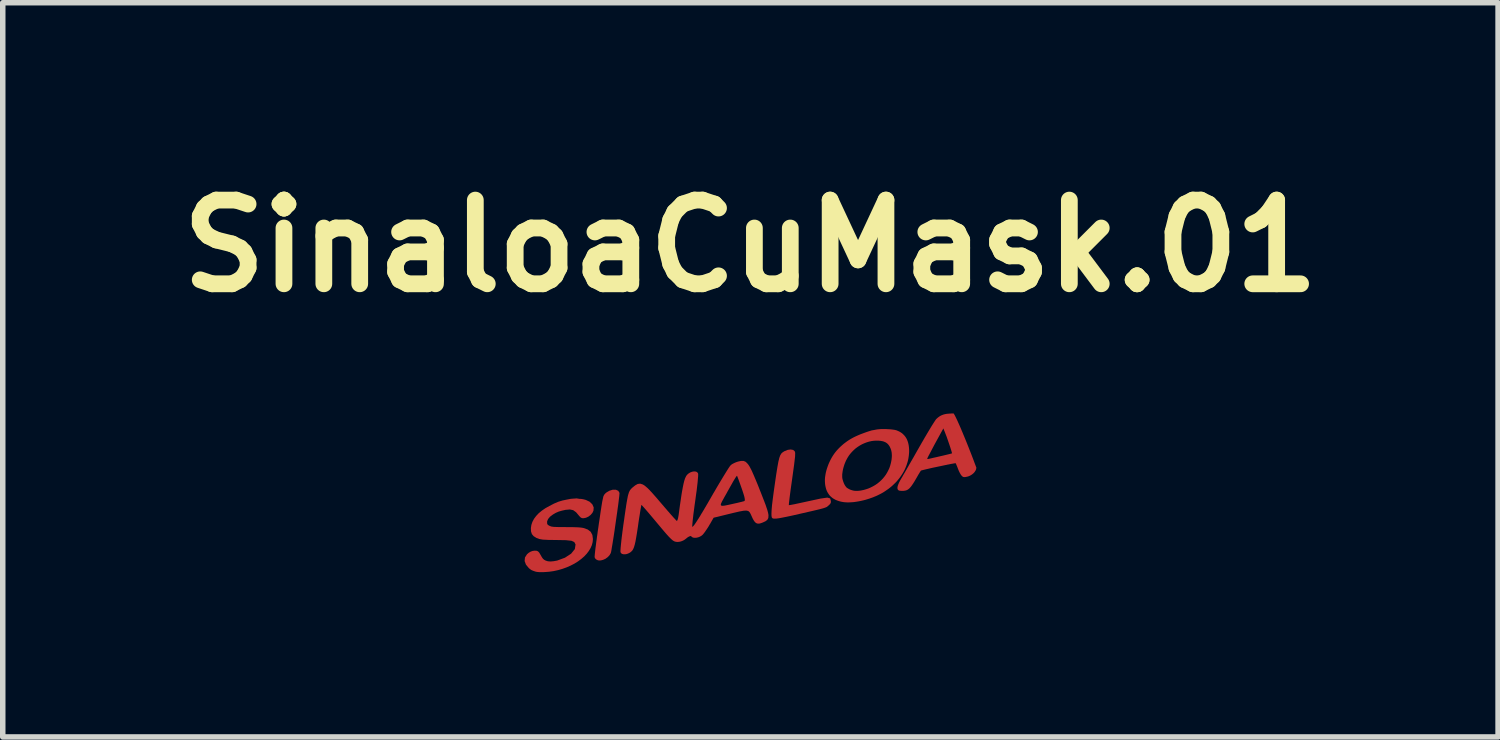
<source format=kicad_pcb>
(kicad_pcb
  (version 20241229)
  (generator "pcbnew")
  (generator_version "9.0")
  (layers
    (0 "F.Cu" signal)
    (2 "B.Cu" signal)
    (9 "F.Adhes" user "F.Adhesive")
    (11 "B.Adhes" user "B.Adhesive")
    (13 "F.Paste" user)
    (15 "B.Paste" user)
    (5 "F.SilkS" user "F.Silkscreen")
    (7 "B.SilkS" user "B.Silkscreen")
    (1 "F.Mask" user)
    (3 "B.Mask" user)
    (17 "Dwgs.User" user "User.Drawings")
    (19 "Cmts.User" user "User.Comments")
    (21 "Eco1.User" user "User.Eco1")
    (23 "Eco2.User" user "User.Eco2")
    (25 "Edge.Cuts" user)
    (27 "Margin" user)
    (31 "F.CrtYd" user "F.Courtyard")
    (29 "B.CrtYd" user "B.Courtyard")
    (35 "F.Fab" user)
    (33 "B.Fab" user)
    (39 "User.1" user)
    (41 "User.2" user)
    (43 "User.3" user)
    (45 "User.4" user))
  (footprint "SinaloaCuMask.01"
    (layer "F.Cu")
    (at 10.61 5.92)
    (property "Reference" "SinaloaCuMask.01" (at 0 -4.493 0) (layer "F.SilkS") (effects (font (size 1.524 1.524) (thickness 0.305))))
    (attr smd)
    (fp_poly (pts (xy 0.399 0.462) (xy 0.389 0.448) (xy 0.384 0.42) (xy 0.383 0.376) (xy 0.386 0.313) (xy 0.393 0.229) (xy 0.406 0.123) (xy 0.423 -0.007) (xy 0.445 -0.163) (xy 0.47 -0.335) (xy 0.491 -0.466) (xy 0.509 -0.565) (xy 0.526 -0.635) (xy 0.544 -0.684) (xy 0.565 -0.717) (xy 0.59 -0.739) (xy 0.622 -0.758) (xy 0.679 -0.781) (xy 0.732 -0.788) (xy 0.777 -0.78) (xy 0.806 -0.756) (xy 0.815 -0.728) (xy 0.813 -0.66) (xy 0.796 -0.514) (xy 0.76 -0.253) (xy 0.734 -0.069) (xy 0.714 0.083) (xy 0.702 0.186) (xy 0.699 0.226) (xy 0.729 0.222) (xy 0.804 0.208) (xy 0.915 0.184) (xy 1.049 0.155) (xy 1.276 0.106) (xy 1.399 0.088) (xy 1.451 0.102) (xy 1.464 0.147) (xy 1.465 0.171) (xy 1.459 0.191) (xy 1.446 0.209) (xy 1.423 0.231) (xy 1.406 0.246) (xy 1.388 0.259) (xy 1.362 0.27) (xy 1.323 0.283) (xy 1.263 0.299) (xy 1.175 0.32) (xy 1.054 0.348) (xy 0.892 0.385) (xy 0.766 0.414) (xy 0.663 0.436) (xy 0.582 0.452) (xy 0.519 0.464) (xy 0.472 0.47) (xy 0.438 0.471) (xy 0.414 0.469) (xy 0.399 0.462) (xy 0.399 0.462) (xy 0.399 0.462) (xy 0.399 0.462) (xy 0.399 0.462) (xy 0.399 0.462) (xy 0.399 0.462) (xy 0.399 0.462) (xy 0.399 0.462)) (stroke (width 0) (type solid)) (fill yes) (layer "F.Cu"))
    (fp_poly (pts (xy -2.802 1.217) (xy -2.815 1.207) (xy -2.825 1.196) (xy -2.832 1.184) (xy -2.836 1.169) (xy -2.833 1.122) (xy -2.821 1.014) (xy -2.816 0.979) (xy -2.811 0.939) (xy -2.806 0.897) (xy -2.799 0.851) (xy -2.793 0.802) (xy -2.785 0.75) (xy -2.778 0.694) (xy -2.769 0.636) (xy -2.757 0.55) (xy -2.745 0.472) (xy -2.735 0.403) (xy -2.726 0.34) (xy -2.717 0.285) (xy -2.71 0.237) (xy -2.703 0.195) (xy -2.697 0.159) (xy -2.677 0.067) (xy -2.662 0.036) (xy -2.636 0.007) (xy -2.614 -0.01) (xy -2.592 -0.022) (xy -2.569 -0.036) (xy -2.505 -0.056) (xy -2.448 -0.055) (xy -2.405 -0.035) (xy -2.383 0.002) (xy -2.387 0.057) (xy -2.402 0.182) (xy -2.407 0.221) (xy -2.413 0.263) (xy -2.419 0.306) (xy -2.425 0.352) (xy -2.432 0.399) (xy -2.439 0.448) (xy -2.446 0.497) (xy -2.453 0.546) (xy -2.46 0.595) (xy -2.467 0.644) (xy -2.474 0.693) (xy -2.481 0.74) (xy -2.488 0.786) (xy -2.495 0.831) (xy -2.502 0.873) (xy -2.508 0.912) (xy -2.514 0.949) (xy -2.52 0.983) (xy -2.525 1.013) (xy -2.529 1.039) (xy -2.533 1.061) (xy -2.537 1.079) (xy -2.54 1.091) (xy -2.542 1.098) (xy -2.564 1.136) (xy -2.598 1.172) (xy -2.639 1.202) (xy -2.682 1.221) (xy -2.721 1.231) (xy -2.751 1.233) (xy -2.777 1.229) (xy -2.802 1.217) (xy -2.802 1.217)) (stroke (width 0) (type solid)) (fill yes) (layer "F.Cu"))
    (fp_poly (pts (xy -3.909 1.436) (xy -3.951 1.422) (xy -3.982 1.409) (xy -4.007 1.393) (xy -4.033 1.372) (xy -4.086 1.308) (xy -4.11 1.243) (xy -4.104 1.178) (xy -4.067 1.12) (xy -4.036 1.093) (xy -4.001 1.072) (xy -3.965 1.059) (xy -3.928 1.054) (xy -3.892 1.056) (xy -3.866 1.067) (xy -3.844 1.09) (xy -3.821 1.129) (xy -3.796 1.173) (xy -3.776 1.201) (xy -3.754 1.22) (xy -3.726 1.235) (xy -3.687 1.247) (xy -3.639 1.251) (xy -3.583 1.246) (xy -3.517 1.234) (xy -3.376 1.182) (xy -3.264 1.109) (xy -3.196 1.025) (xy -3.183 0.941) (xy -3.205 0.899) (xy -3.257 0.874) (xy -3.359 0.863) (xy -3.53 0.86) (xy -3.678 0.858) (xy -3.778 0.853) (xy -3.846 0.841) (xy -3.895 0.822) (xy -3.946 0.79) (xy -3.978 0.752) (xy -3.994 0.703) (xy -3.996 0.641) (xy -3.987 0.584) (xy -3.968 0.529) (xy -3.939 0.474) (xy -3.9 0.422) (xy -3.853 0.372) (xy -3.796 0.325) (xy -3.732 0.281) (xy -3.66 0.241) (xy -3.573 0.196) (xy -3.495 0.163) (xy -3.418 0.14) (xy -3.336 0.123) (xy -3.273 0.111) (xy -3.229 0.107) (xy -3.195 0.105) (xy -3.165 0.102) (xy -3.148 0.105) (xy -3.129 0.108) (xy -3.11 0.111) (xy -3.093 0.111) (xy -3.074 0.113) (xy -3.049 0.117) (xy -3.023 0.123) (xy -2.997 0.13) (xy -2.927 0.163) (xy -2.878 0.21) (xy -2.853 0.266) (xy -2.857 0.326) (xy -2.877 0.367) (xy -2.909 0.404) (xy -2.95 0.435) (xy -2.994 0.455) (xy -3.035 0.463) (xy -3.066 0.462) (xy -3.091 0.449) (xy -3.114 0.425) (xy -3.173 0.355) (xy -3.226 0.317) (xy -3.286 0.304) (xy -3.365 0.311) (xy -3.433 0.326) (xy -3.491 0.343) (xy -3.544 0.366) (xy -3.595 0.396) (xy -3.648 0.436) (xy -3.683 0.478) (xy -3.701 0.521) (xy -3.7 0.562) (xy -3.695 0.574) (xy -3.686 0.584) (xy -3.672 0.594) (xy -3.653 0.604) (xy -3.623 0.615) (xy -3.58 0.621) (xy -3.499 0.624) (xy -3.357 0.625) (xy -3.228 0.626) (xy -3.14 0.629) (xy -3.081 0.634) (xy -3.039 0.641) (xy -2.961 0.669) (xy -2.908 0.71) (xy -2.877 0.767) (xy -2.867 0.842) (xy -2.872 0.898) (xy -2.886 0.953) (xy -2.91 1.007) (xy -2.941 1.059) (xy -2.98 1.11) (xy -3.026 1.159) (xy -3.079 1.205) (xy -3.138 1.249) (xy -3.202 1.289) (xy -3.271 1.325) (xy -3.344 1.357) (xy -3.421 1.385) (xy -3.5 1.408) (xy -3.583 1.426) (xy -3.667 1.438) (xy -3.753 1.444) (xy -3.808 1.445) (xy -3.851 1.444) (xy -3.884 1.441) (xy -3.909 1.436) (xy -3.909 1.436) (xy -3.909 1.436) (xy -3.909 1.436) (xy -3.909 1.436) (xy -3.909 1.436)) (stroke (width 0) (type solid)) (fill yes) (layer "F.Cu"))
    (fp_poly (pts (xy 1.688 0.169) (xy 2.057 -0.05) (xy 2.103 -0.063) (xy 2.148 -0.078) (xy 2.191 -0.097) (xy 2.232 -0.118) (xy 2.272 -0.141) (xy 2.31 -0.167) (xy 2.345 -0.195) (xy 2.379 -0.226) (xy 2.41 -0.258) (xy 2.439 -0.293) (xy 2.466 -0.33) (xy 2.489 -0.368) (xy 2.51 -0.408) (xy 2.529 -0.449) (xy 2.544 -0.492) (xy 2.556 -0.536) (xy 2.561 -0.558) (xy 2.565 -0.58) (xy 2.569 -0.6) (xy 2.571 -0.62) (xy 2.573 -0.639) (xy 2.574 -0.658) (xy 2.575 -0.676) (xy 2.574 -0.694) (xy 2.573 -0.711) (xy 2.572 -0.728) (xy 2.569 -0.744) (xy 2.566 -0.76) (xy 2.562 -0.776) (xy 2.557 -0.791) (xy 2.552 -0.805) (xy 2.545 -0.82) (xy 2.538 -0.835) (xy 2.53 -0.85) (xy 2.521 -0.863) (xy 2.512 -0.875) (xy 2.502 -0.886) (xy 2.492 -0.896) (xy 2.48 -0.905) (xy 2.469 -0.913) (xy 2.456 -0.92) (xy 2.442 -0.926) (xy 2.427 -0.932) (xy 2.412 -0.937) (xy 2.395 -0.94) (xy 2.377 -0.944) (xy 2.358 -0.946) (xy 2.338 -0.948) (xy 2.293 -0.949) (xy 2.249 -0.947) (xy 2.204 -0.941) (xy 2.16 -0.931) (xy 2.117 -0.918) (xy 2.075 -0.902) (xy 2.033 -0.883) (xy 1.993 -0.861) (xy 1.954 -0.836) (xy 1.917 -0.809) (xy 1.882 -0.778) (xy 1.85 -0.746) (xy 1.819 -0.711) (xy 1.791 -0.674) (xy 1.766 -0.634) (xy 1.744 -0.593) (xy 1.734 -0.572) (xy 1.725 -0.55) (xy 1.716 -0.528) (xy 1.708 -0.506) (xy 1.701 -0.483) (xy 1.694 -0.46) (xy 1.688 -0.437) (xy 1.683 -0.415) (xy 1.679 -0.393) (xy 1.676 -0.371) (xy 1.673 -0.35) (xy 1.671 -0.33) (xy 1.671 -0.311) (xy 1.671 -0.293) (xy 1.672 -0.276) (xy 1.674 -0.26) (xy 1.677 -0.246) (xy 1.681 -0.232) (xy 1.685 -0.219) (xy 1.689 -0.205) (xy 1.694 -0.192) (xy 1.699 -0.179) (xy 1.704 -0.167) (xy 1.71 -0.155) (xy 1.716 -0.143) (xy 1.722 -0.133) (xy 1.729 -0.123) (xy 1.735 -0.114) (xy 1.742 -0.106) (xy 1.748 -0.098) (xy 1.755 -0.092) (xy 1.762 -0.087) (xy 1.778 -0.077) (xy 1.794 -0.068) (xy 1.81 -0.06) (xy 1.827 -0.053) (xy 1.843 -0.048) (xy 1.86 -0.043) (xy 1.877 -0.039) (xy 1.894 -0.036) (xy 1.912 -0.035) (xy 1.931 -0.034) (xy 1.95 -0.034) (xy 1.969 -0.036) (xy 1.99 -0.038) (xy 2.012 -0.041) (xy 2.04 -0.047) (xy 2.057 -0.05) (xy 2.057 -0.05) (xy 2.057 -0.05) (xy 2.057 -0.05) (xy 2.057 -0.05) (xy 1.688 0.169) (xy 1.651 0.162) (xy 1.616 0.153) (xy 1.583 0.142) (xy 1.553 0.13) (xy 1.525 0.115) (xy 1.499 0.099) (xy 1.475 0.08) (xy 1.453 0.06) (xy 1.434 0.038) (xy 1.417 0.013) (xy 1.401 -0.013) (xy 1.388 -0.041) (xy 1.377 -0.072) (xy 1.369 -0.104) (xy 1.362 -0.138) (xy 1.358 -0.174) (xy 1.356 -0.209) (xy 1.356 -0.246) (xy 1.359 -0.284) (xy 1.365 -0.323) (xy 1.372 -0.363) (xy 1.382 -0.403) (xy 1.394 -0.444) (xy 1.408 -0.484) (xy 1.423 -0.524) (xy 1.441 -0.564) (xy 1.46 -0.603) (xy 1.48 -0.64) (xy 1.502 -0.676) (xy 1.525 -0.71) (xy 1.55 -0.743) (xy 1.575 -0.773) (xy 1.605 -0.805) (xy 1.635 -0.835) (xy 1.666 -0.863) (xy 1.697 -0.89) (xy 1.73 -0.915) (xy 1.764 -0.94) (xy 1.799 -0.963) (xy 1.836 -0.985) (xy 1.874 -1.006) (xy 1.915 -1.026) (xy 1.957 -1.045) (xy 2.002 -1.064) (xy 2.05 -1.082) (xy 2.099 -1.1) (xy 2.152 -1.118) (xy 2.208 -1.135) (xy 2.229 -1.139) (xy 2.249 -1.142) (xy 2.268 -1.146) (xy 2.289 -1.15) (xy 2.306 -1.153) (xy 2.325 -1.155) (xy 2.347 -1.157) (xy 2.371 -1.159) (xy 2.397 -1.159) (xy 2.424 -1.16) (xy 2.451 -1.159) (xy 2.479 -1.159) (xy 2.506 -1.157) (xy 2.533 -1.156) (xy 2.559 -1.154) (xy 2.583 -1.151) (xy 2.606 -1.148) (xy 2.626 -1.145) (xy 2.643 -1.141) (xy 2.658 -1.137) (xy 2.684 -1.126) (xy 2.709 -1.115) (xy 2.732 -1.102) (xy 2.753 -1.088) (xy 2.773 -1.072) (xy 2.791 -1.054) (xy 2.808 -1.036) (xy 2.823 -1.016) (xy 2.837 -0.994) (xy 2.849 -0.971) (xy 2.859 -0.947) (xy 2.868 -0.921) (xy 2.875 -0.894) (xy 2.881 -0.865) (xy 2.885 -0.835) (xy 2.888 -0.804) (xy 2.889 -0.773) (xy 2.889 -0.742) (xy 2.887 -0.712) (xy 2.884 -0.681) (xy 2.88 -0.651) (xy 2.875 -0.621) (xy 2.869 -0.591) (xy 2.861 -0.561) (xy 2.852 -0.532) (xy 2.842 -0.502) (xy 2.831 -0.473) (xy 2.819 -0.445) (xy 2.806 -0.416) (xy 2.791 -0.388) (xy 2.776 -0.361) (xy 2.759 -0.334) (xy 2.741 -0.307) (xy 2.723 -0.281) (xy 2.703 -0.255) (xy 2.682 -0.23) (xy 2.661 -0.205) (xy 2.638 -0.181) (xy 2.614 -0.158) (xy 2.59 -0.135) (xy 2.564 -0.112) (xy 2.538 -0.091) (xy 2.511 -0.07) (xy 2.482 -0.05) (xy 2.453 -0.03) (xy 2.424 -0.011) (xy 2.393 0.007) (xy 2.361 0.024) (xy 2.341 0.034) (xy 2.321 0.044) (xy 2.3 0.054) (xy 2.279 0.063) (xy 2.257 0.072) (xy 2.236 0.081) (xy 2.214 0.089) (xy 2.191 0.097) (xy 2.169 0.105) (xy 2.147 0.112) (xy 2.124 0.119) (xy 2.101 0.126) (xy 2.079 0.132) (xy 2.056 0.138) (xy 2.033 0.143) (xy 2.011 0.148) (xy 1.966 0.157) (xy 1.922 0.164) (xy 1.879 0.17) (xy 1.837 0.173) (xy 1.797 0.175) (xy 1.758 0.175) (xy 1.722 0.173) (xy 1.688 0.169) (xy 1.688 0.169)) (stroke (width 0) (type solid)) (fill yes) (layer "F.Cu"))
    (fp_poly (pts (xy 2.698 -0.044) (xy 3.512 -1.171) (xy 3.506 -1.16) (xy 3.501 -1.15) (xy 3.495 -1.14) (xy 3.489 -1.13) (xy 3.484 -1.12) (xy 3.478 -1.109) (xy 3.472 -1.099) (xy 3.467 -1.089) (xy 3.429 -1.02) (xy 3.388 -0.945) (xy 3.346 -0.868) (xy 3.307 -0.794) (xy 3.272 -0.727) (xy 3.243 -0.673) (xy 3.225 -0.636) (xy 3.218 -0.62) (xy 3.219 -0.618) (xy 3.22 -0.617) (xy 3.223 -0.616) (xy 3.226 -0.615) (xy 3.231 -0.615) (xy 3.235 -0.615) (xy 3.241 -0.616) (xy 3.246 -0.617) (xy 3.256 -0.619) (xy 3.273 -0.623) (xy 3.296 -0.628) (xy 3.324 -0.635) (xy 3.356 -0.642) (xy 3.392 -0.65) (xy 3.43 -0.659) (xy 3.469 -0.668) (xy 3.469 -0.668) (xy 3.509 -0.677) (xy 3.545 -0.686) (xy 3.579 -0.694) (xy 3.608 -0.701) (xy 3.633 -0.707) (xy 3.652 -0.712) (xy 3.664 -0.716) (xy 3.67 -0.718) (xy 3.667 -0.733) (xy 3.656 -0.77) (xy 3.639 -0.824) (xy 3.618 -0.887) (xy 3.595 -0.954) (xy 3.572 -1.02) (xy 3.55 -1.077) (xy 3.533 -1.121) (xy 3.53 -1.127) (xy 3.528 -1.133) (xy 3.525 -1.139) (xy 3.523 -1.146) (xy 3.52 -1.152) (xy 3.517 -1.158) (xy 3.515 -1.164) (xy 3.512 -1.171) (xy 2.698 -0.044) (xy 2.685 -0.055) (xy 2.678 -0.071) (xy 2.676 -0.09) (xy 2.679 -0.114) (xy 2.688 -0.143) (xy 2.703 -0.178) (xy 2.707 -0.188) (xy 2.712 -0.198) (xy 2.718 -0.208) (xy 2.723 -0.219) (xy 2.729 -0.23) (xy 2.736 -0.241) (xy 2.742 -0.253) (xy 2.75 -0.265) (xy 2.754 -0.272) (xy 2.758 -0.28) (xy 2.764 -0.289) (xy 2.77 -0.3) (xy 2.776 -0.311) (xy 2.783 -0.323) (xy 2.79 -0.336) (xy 2.798 -0.349) (xy 2.807 -0.364) (xy 2.816 -0.379) (xy 2.825 -0.396) (xy 2.835 -0.413) (xy 2.845 -0.43) (xy 2.855 -0.448) (xy 2.866 -0.467) (xy 2.877 -0.486) (xy 2.888 -0.506) (xy 2.9 -0.527) (xy 2.912 -0.547) (xy 2.924 -0.569) (xy 2.937 -0.59) (xy 2.949 -0.612) (xy 2.962 -0.634) (xy 2.975 -0.657) (xy 2.988 -0.68) (xy 3.001 -0.703) (xy 3.014 -0.726) (xy 3.027 -0.749) (xy 3.04 -0.772) (xy 3.054 -0.796) (xy 3.067 -0.819) (xy 3.08 -0.842) (xy 3.094 -0.866) (xy 3.107 -0.889) (xy 3.12 -0.912) (xy 3.133 -0.934) (xy 3.146 -0.956) (xy 3.159 -0.979) (xy 3.171 -1) (xy 3.184 -1.022) (xy 3.196 -1.042) (xy 3.208 -1.063) (xy 3.22 -1.083) (xy 3.232 -1.103) (xy 3.243 -1.122) (xy 3.254 -1.14) (xy 3.265 -1.158) (xy 3.275 -1.175) (xy 3.285 -1.192) (xy 3.295 -1.208) (xy 3.304 -1.223) (xy 3.313 -1.237) (xy 3.322 -1.251) (xy 3.33 -1.264) (xy 3.338 -1.276) (xy 3.345 -1.287) (xy 3.368 -1.322) (xy 3.382 -1.341) (xy 3.406 -1.363) (xy 3.43 -1.382) (xy 3.456 -1.399) (xy 3.483 -1.412) (xy 3.512 -1.423) (xy 3.542 -1.431) (xy 3.575 -1.437) (xy 3.611 -1.44) (xy 3.622 -1.441) (xy 3.632 -1.441) (xy 3.643 -1.442) (xy 3.654 -1.443) (xy 3.664 -1.443) (xy 3.675 -1.444) (xy 3.685 -1.444) (xy 3.696 -1.445) (xy 3.701 -1.44) (xy 3.707 -1.431) (xy 3.715 -1.419) (xy 3.723 -1.404) (xy 3.732 -1.386) (xy 3.742 -1.366) (xy 3.753 -1.343) (xy 3.765 -1.318) (xy 3.777 -1.291) (xy 3.79 -1.262) (xy 3.804 -1.231) (xy 3.818 -1.199) (xy 3.833 -1.165) (xy 3.847 -1.13) (xy 3.863 -1.093) (xy 3.878 -1.056) (xy 3.894 -1.018) (xy 3.91 -0.979) (xy 3.926 -0.94) (xy 3.942 -0.9) (xy 3.958 -0.86) (xy 3.974 -0.82) (xy 3.989 -0.781) (xy 4.005 -0.741) (xy 4.02 -0.703) (xy 4.035 -0.664) (xy 4.049 -0.627) (xy 4.063 -0.591) (xy 4.076 -0.555) (xy 4.089 -0.521) (xy 4.101 -0.489) (xy 4.113 -0.458) (xy 4.112 -0.451) (xy 4.111 -0.444) (xy 4.11 -0.437) (xy 4.109 -0.43) (xy 4.106 -0.423) (xy 4.104 -0.416) (xy 4.101 -0.409) (xy 4.097 -0.403) (xy 4.08 -0.376) (xy 4.056 -0.351) (xy 4.029 -0.33) (xy 3.997 -0.311) (xy 3.963 -0.297) (xy 3.927 -0.289) (xy 3.912 -0.286) (xy 3.899 -0.285) (xy 3.888 -0.286) (xy 3.879 -0.287) (xy 3.87 -0.29) (xy 3.862 -0.295) (xy 3.854 -0.302) (xy 3.845 -0.311) (xy 3.838 -0.319) (xy 3.83 -0.33) (xy 3.822 -0.344) (xy 3.813 -0.36) (xy 3.804 -0.377) (xy 3.795 -0.396) (xy 3.787 -0.415) (xy 3.779 -0.435) (xy 3.772 -0.454) (xy 3.765 -0.472) (xy 3.763 -0.476) (xy 3.761 -0.481) (xy 3.76 -0.485) (xy 3.758 -0.489) (xy 3.756 -0.493) (xy 3.755 -0.497) (xy 3.753 -0.5) (xy 3.752 -0.504) (xy 3.75 -0.507) (xy 3.749 -0.51) (xy 3.748 -0.514) (xy 3.746 -0.517) (xy 3.745 -0.519) (xy 3.744 -0.522) (xy 3.743 -0.524) (xy 3.742 -0.527) (xy 3.741 -0.529) (xy 3.74 -0.531) (xy 3.739 -0.532) (xy 3.738 -0.534) (xy 3.738 -0.535) (xy 3.737 -0.536) (xy 3.736 -0.537) (xy 3.736 -0.538) (xy 3.734 -0.538) (xy 3.728 -0.537) (xy 3.719 -0.536) (xy 3.708 -0.535) (xy 3.694 -0.532) (xy 3.677 -0.529) (xy 3.658 -0.526) (xy 3.638 -0.522) (xy 3.615 -0.517) (xy 3.591 -0.513) (xy 3.566 -0.507) (xy 3.539 -0.502) (xy 3.512 -0.496) (xy 3.484 -0.49) (xy 3.455 -0.484) (xy 3.426 -0.478) (xy 3.397 -0.472) (xy 3.369 -0.466) (xy 3.34 -0.46) (xy 3.312 -0.454) (xy 3.286 -0.448) (xy 3.26 -0.442) (xy 3.235 -0.436) (xy 3.212 -0.431) (xy 3.19 -0.426) (xy 3.171 -0.421) (xy 3.153 -0.417) (xy 3.138 -0.413) (xy 3.125 -0.41) (xy 3.115 -0.407) (xy 3.108 -0.405) (xy 3.105 -0.403) (xy 3.104 -0.402) (xy 3.103 -0.402) (xy 3.102 -0.4) (xy 3.101 -0.399) (xy 3.1 -0.397) (xy 3.098 -0.395) (xy 3.097 -0.393) (xy 3.095 -0.39) (xy 3.093 -0.387) (xy 3.091 -0.384) (xy 3.088 -0.38) (xy 3.086 -0.376) (xy 3.083 -0.372) (xy 3.081 -0.368) (xy 3.078 -0.363) (xy 3.075 -0.358) (xy 3.072 -0.353) (xy 3.069 -0.348) (xy 3.066 -0.343) (xy 3.062 -0.337) (xy 3.059 -0.332) (xy 3.055 -0.326) (xy 3.052 -0.32) (xy 3.048 -0.313) (xy 3.033 -0.287) (xy 3.017 -0.259) (xy 2.981 -0.198) (xy 2.949 -0.149) (xy 2.922 -0.111) (xy 2.896 -0.082) (xy 2.871 -0.061) (xy 2.845 -0.047) (xy 2.818 -0.039) (xy 2.787 -0.035) (xy 2.773 -0.034) (xy 2.759 -0.034) (xy 2.746 -0.035) (xy 2.733 -0.036) (xy 2.722 -0.037) (xy 2.712 -0.039) (xy 2.704 -0.041) (xy 2.698 -0.044) (xy 2.698 -0.044)) (stroke (width 0) (type solid)) (fill yes) (layer "F.Cu"))
    (fp_poly (pts (xy -2.364 1.084) (xy -2.366 1.066) (xy -2.364 1.027) (xy -2.363 1.015) (xy -2.362 1.001) (xy -2.361 0.987) (xy -2.359 0.971) (xy -2.358 0.955) (xy -2.356 0.937) (xy -2.354 0.919) (xy -2.352 0.9) (xy -2.35 0.88) (xy -2.348 0.859) (xy -2.345 0.838) (xy -2.343 0.816) (xy -2.34 0.793) (xy -2.337 0.77) (xy -2.334 0.746) (xy -2.331 0.722) (xy -2.328 0.697) (xy -2.324 0.671) (xy -2.321 0.645) (xy -2.317 0.619) (xy -2.314 0.592) (xy -2.31 0.566) (xy -2.306 0.538) (xy -2.302 0.511) (xy -2.295 0.463) (xy -2.289 0.418) (xy -2.283 0.376) (xy -2.277 0.337) (xy -2.272 0.3) (xy -2.266 0.266) (xy -2.262 0.234) (xy -2.257 0.204) (xy -2.253 0.177) (xy -2.248 0.152) (xy -2.244 0.128) (xy -2.24 0.107) (xy -2.236 0.087) (xy -2.233 0.069) (xy -2.229 0.052) (xy -2.225 0.037) (xy -2.21 -0.011) (xy -2.193 -0.044) (xy -2.173 -0.07) (xy -2.148 -0.094) (xy -2.097 -0.135) (xy -2.052 -0.16) (xy -2.007 -0.166) (xy -1.959 -0.151) (xy -1.946 -0.143) (xy -1.932 -0.135) (xy -1.918 -0.124) (xy -1.903 -0.112) (xy -1.887 -0.098) (xy -1.87 -0.083) (xy -1.853 -0.066) (xy -1.834 -0.047) (xy -1.815 -0.026) (xy -1.794 -0.004) (xy -1.772 0.021) (xy -1.749 0.047) (xy -1.724 0.075) (xy -1.698 0.105) (xy -1.671 0.137) (xy -1.642 0.171) (xy -1.627 0.188) (xy -1.613 0.205) (xy -1.598 0.222) (xy -1.584 0.238) (xy -1.571 0.254) (xy -1.557 0.27) (xy -1.543 0.286) (xy -1.53 0.301) (xy -1.517 0.316) (xy -1.505 0.331) (xy -1.492 0.345) (xy -1.48 0.358) (xy -1.469 0.372) (xy -1.457 0.385) (xy -1.447 0.397) (xy -1.436 0.409) (xy -1.399 0.451) (xy -1.369 0.483) (xy -1.35 0.504) (xy -1.34 0.512) (xy -1.336 0.511) (xy -1.332 0.505) (xy -1.327 0.495) (xy -1.323 0.482) (xy -1.318 0.465) (xy -1.314 0.445) (xy -1.31 0.423) (xy -1.306 0.399) (xy -1.299 0.349) (xy -1.293 0.302) (xy -1.287 0.258) (xy -1.281 0.215) (xy -1.275 0.175) (xy -1.269 0.136) (xy -1.264 0.1) (xy -1.259 0.066) (xy -1.254 0.033) (xy -1.249 0.002) (xy -1.244 -0.027) (xy -1.239 -0.054) (xy -1.234 -0.08) (xy -1.23 -0.104) (xy -1.225 -0.126) (xy -1.221 -0.147) (xy -1.217 -0.167) (xy -1.212 -0.185) (xy -1.208 -0.202) (xy -1.204 -0.218) (xy -1.199 -0.233) (xy -1.195 -0.246) (xy -1.191 -0.259) (xy -1.186 -0.27) (xy -1.168 -0.307) (xy -1.148 -0.332) (xy -1.122 -0.354) (xy -1.093 -0.371) (xy -1.063 -0.382) (xy -1.034 -0.388) (xy -1.007 -0.388) (xy -0.983 -0.382) (xy -0.965 -0.37) (xy -0.953 -0.351) (xy -0.951 -0.335) (xy -0.952 -0.301) (xy -0.956 -0.254) (xy -0.961 -0.194) (xy -0.969 -0.124) (xy -0.978 -0.046) (xy -0.99 0.039) (xy -1.002 0.129) (xy -1.015 0.219) (xy -1.026 0.304) (xy -1.037 0.384) (xy -1.045 0.455) (xy -1.052 0.516) (xy -1.056 0.565) (xy -1.059 0.6) (xy -1.058 0.618) (xy -1.051 0.619) (xy -0.28 0.193) (xy -0.246 0.186) (xy -0.214 0.178) (xy -0.185 0.171) (xy -0.159 0.165) (xy -0.138 0.159) (xy -0.122 0.155) (xy -0.112 0.152) (xy -0.105 0.146) (xy -0.102 0.135) (xy -0.102 0.118) (xy -0.106 0.093) (xy -0.113 0.062) (xy -0.125 0.023) (xy -0.14 -0.024) (xy -0.159 -0.08) (xy -0.175 -0.125) (xy -0.19 -0.167) (xy -0.204 -0.205) (xy -0.216 -0.239) (xy -0.227 -0.267) (xy -0.235 -0.289) (xy -0.241 -0.303) (xy -0.244 -0.309) (xy -0.247 -0.308) (xy -0.253 -0.301) (xy -0.262 -0.289) (xy -0.273 -0.272) (xy -0.286 -0.251) (xy -0.301 -0.227) (xy -0.317 -0.2) (xy -0.333 -0.171) (xy -0.352 -0.137) (xy -0.371 -0.104) (xy -0.392 -0.066) (xy -0.413 -0.029) (xy -0.433 0.008) (xy -0.454 0.045) (xy -0.473 0.078) (xy -0.489 0.108) (xy -0.517 0.158) (xy -0.534 0.195) (xy -0.54 0.22) (xy -0.531 0.234) (xy -0.506 0.238) (xy -0.464 0.233) (xy -0.4 0.22) (xy -0.315 0.201) (xy -0.315 0.201) (xy -0.315 0.201) (xy -0.28 0.193) (xy -1.051 0.619) (xy -1.033 0.599) (xy -1.026 0.591) (xy -1.02 0.582) (xy -1.012 0.572) (xy -1.004 0.56) (xy -0.995 0.547) (xy -0.986 0.533) (xy -0.976 0.518) (xy -0.966 0.502) (xy -0.955 0.485) (xy -0.943 0.467) (xy -0.931 0.447) (xy -0.918 0.427) (xy -0.905 0.405) (xy -0.892 0.382) (xy -0.877 0.359) (xy -0.863 0.334) (xy -0.847 0.309) (xy -0.832 0.282) (xy -0.815 0.254) (xy -0.799 0.226) (xy -0.781 0.196) (xy -0.764 0.166) (xy -0.746 0.135) (xy -0.727 0.102) (xy -0.711 0.074) (xy -0.694 0.045) (xy -0.678 0.016) (xy -0.661 -0.012) (xy -0.645 -0.039) (xy -0.629 -0.067) (xy -0.614 -0.093) (xy -0.598 -0.12) (xy -0.583 -0.145) (xy -0.568 -0.171) (xy -0.553 -0.195) (xy -0.539 -0.219) (xy -0.525 -0.242) (xy -0.511 -0.265) (xy -0.498 -0.287) (xy -0.485 -0.308) (xy -0.473 -0.328) (xy -0.461 -0.347) (xy -0.45 -0.365) (xy -0.439 -0.383) (xy -0.429 -0.399) (xy -0.419 -0.415) (xy -0.41 -0.429) (xy -0.402 -0.442) (xy -0.374 -0.483) (xy -0.358 -0.502) (xy -0.347 -0.511) (xy -0.334 -0.52) (xy -0.317 -0.53) (xy -0.299 -0.539) (xy -0.28 -0.548) (xy -0.26 -0.556) (xy -0.24 -0.563) (xy -0.22 -0.569) (xy -0.168 -0.58) (xy -0.124 -0.58) (xy -0.084 -0.562) (xy -0.046 -0.523) (xy -0.036 -0.509) (xy -0.026 -0.494) (xy -0.015 -0.477) (xy -0.005 -0.458) (xy 0.006 -0.437) (xy 0.018 -0.414) (xy 0.03 -0.389) (xy 0.042 -0.361) (xy 0.055 -0.332) (xy 0.069 -0.3) (xy 0.083 -0.266) (xy 0.099 -0.229) (xy 0.115 -0.19) (xy 0.132 -0.149) (xy 0.15 -0.104) (xy 0.168 -0.057) (xy 0.187 -0.011) (xy 0.204 0.033) (xy 0.22 0.074) (xy 0.235 0.112) (xy 0.249 0.148) (xy 0.262 0.182) (xy 0.274 0.213) (xy 0.284 0.242) (xy 0.293 0.27) (xy 0.302 0.295) (xy 0.309 0.318) (xy 0.315 0.34) (xy 0.32 0.359) (xy 0.324 0.378) (xy 0.327 0.394) (xy 0.329 0.41) (xy 0.326 0.459) (xy 0.307 0.494) (xy 0.273 0.519) (xy 0.223 0.542) (xy 0.187 0.555) (xy 0.157 0.562) (xy 0.13 0.561) (xy 0.107 0.553) (xy 0.085 0.536) (xy 0.065 0.51) (xy 0.044 0.474) (xy 0.023 0.428) (xy 0.003 0.384) (xy -0.016 0.352) (xy -0.039 0.332) (xy -0.074 0.324) (xy -0.125 0.327) (xy -0.2 0.341) (xy -0.304 0.365) (xy -0.444 0.399) (xy -0.472 0.406) (xy -0.5 0.413) (xy -0.529 0.42) (xy -0.557 0.427) (xy -0.585 0.434) (xy -0.613 0.441) (xy -0.641 0.447) (xy -0.669 0.454) (xy -0.679 0.47) (xy -0.688 0.486) (xy -0.697 0.502) (xy -0.706 0.517) (xy -0.715 0.533) (xy -0.724 0.549) (xy -0.733 0.565) (xy -0.743 0.58) (xy -0.758 0.607) (xy -0.775 0.634) (xy -0.792 0.66) (xy -0.81 0.686) (xy -0.826 0.71) (xy -0.842 0.731) (xy -0.856 0.749) (xy -0.868 0.763) (xy -0.892 0.783) (xy -0.92 0.799) (xy -0.95 0.811) (xy -0.982 0.818) (xy -1.012 0.82) (xy -1.039 0.817) (xy -1.061 0.808) (xy -1.076 0.794) (xy -1.081 0.789) (xy -1.088 0.788) (xy -1.097 0.789) (xy -1.108 0.793) (xy -1.121 0.799) (xy -1.136 0.807) (xy -1.151 0.818) (xy -1.168 0.832) (xy -1.186 0.846) (xy -1.205 0.859) (xy -1.225 0.87) (xy -1.246 0.879) (xy -1.266 0.886) (xy -1.287 0.891) (xy -1.308 0.894) (xy -1.328 0.895) (xy -1.355 0.893) (xy -1.381 0.886) (xy -1.41 0.87) (xy -1.443 0.842) (xy -1.485 0.8) (xy -1.539 0.74) (xy -1.608 0.659) (xy -1.695 0.555) (xy -1.752 0.487) (xy -1.806 0.423) (xy -1.854 0.366) (xy -1.897 0.316) (xy -1.932 0.276) (xy -1.96 0.245) (xy -1.977 0.227) (xy -1.984 0.221) (xy -1.987 0.23) (xy -1.991 0.254) (xy -1.998 0.292) (xy -2.006 0.34) (xy -2.015 0.399) (xy -2.026 0.466) (xy -2.037 0.539) (xy -2.048 0.618) (xy -2.065 0.729) (xy -2.08 0.819) (xy -2.093 0.89) (xy -2.106 0.946) (xy -2.119 0.989) (xy -2.132 1.021) (xy -2.146 1.046) (xy -2.163 1.065) (xy -2.189 1.087) (xy -2.219 1.103) (xy -2.25 1.115) (xy -2.28 1.12) (xy -2.308 1.12) (xy -2.333 1.114) (xy -2.352 1.102) (xy -2.364 1.084) (xy -2.364 1.084) (xy -2.364 1.084)) (stroke (width 0) (type solid)) (fill yes) (layer "F.Cu"))
    (fp_poly (pts (xy 0.399 0.462) (xy 0.389 0.448) (xy 0.384 0.42) (xy 0.383 0.376) (xy 0.386 0.313) (xy 0.393 0.229) (xy 0.406 0.123) (xy 0.423 -0.007) (xy 0.445 -0.163) (xy 0.47 -0.335) (xy 0.491 -0.466) (xy 0.509 -0.565) (xy 0.526 -0.635) (xy 0.544 -0.684) (xy 0.565 -0.717) (xy 0.59 -0.739) (xy 0.622 -0.758) (xy 0.679 -0.781) (xy 0.732 -0.788) (xy 0.777 -0.78) (xy 0.806 -0.756) (xy 0.815 -0.728) (xy 0.813 -0.66) (xy 0.796 -0.514) (xy 0.76 -0.253) (xy 0.734 -0.069) (xy 0.714 0.083) (xy 0.702 0.186) (xy 0.699 0.226) (xy 0.729 0.222) (xy 0.804 0.208) (xy 0.915 0.184) (xy 1.049 0.155) (xy 1.276 0.106) (xy 1.399 0.088) (xy 1.451 0.102) (xy 1.464 0.147) (xy 1.465 0.171) (xy 1.459 0.191) (xy 1.446 0.209) (xy 1.423 0.231) (xy 1.406 0.246) (xy 1.388 0.259) (xy 1.362 0.27) (xy 1.323 0.283) (xy 1.263 0.299) (xy 1.175 0.32) (xy 1.054 0.348) (xy 0.892 0.385) (xy 0.766 0.414) (xy 0.663 0.436) (xy 0.582 0.452) (xy 0.519 0.464) (xy 0.472 0.47) (xy 0.438 0.471) (xy 0.414 0.469) (xy 0.399 0.462) (xy 0.399 0.462) (xy 0.399 0.462) (xy 0.399 0.462) (xy 0.399 0.462) (xy 0.399 0.462) (xy 0.399 0.462) (xy 0.399 0.462) (xy 0.399 0.462)) (stroke (width 0) (type solid)) (fill yes) (layer "F.Mask"))
    (fp_poly (pts (xy -2.802 1.217) (xy -2.815 1.207) (xy -2.825 1.196) (xy -2.832 1.184) (xy -2.836 1.169) (xy -2.833 1.122) (xy -2.821 1.014) (xy -2.816 0.979) (xy -2.811 0.939) (xy -2.806 0.897) (xy -2.799 0.851) (xy -2.793 0.802) (xy -2.785 0.75) (xy -2.778 0.694) (xy -2.769 0.636) (xy -2.757 0.55) (xy -2.745 0.472) (xy -2.735 0.403) (xy -2.726 0.34) (xy -2.717 0.285) (xy -2.71 0.237) (xy -2.703 0.195) (xy -2.697 0.159) (xy -2.677 0.067) (xy -2.662 0.036) (xy -2.636 0.007) (xy -2.614 -0.01) (xy -2.592 -0.022) (xy -2.569 -0.036) (xy -2.505 -0.056) (xy -2.448 -0.055) (xy -2.405 -0.035) (xy -2.383 0.002) (xy -2.387 0.057) (xy -2.402 0.182) (xy -2.407 0.221) (xy -2.413 0.263) (xy -2.419 0.306) (xy -2.425 0.352) (xy -2.432 0.399) (xy -2.439 0.448) (xy -2.446 0.497) (xy -2.453 0.546) (xy -2.46 0.595) (xy -2.467 0.644) (xy -2.474 0.693) (xy -2.481 0.74) (xy -2.488 0.786) (xy -2.495 0.831) (xy -2.502 0.873) (xy -2.508 0.912) (xy -2.514 0.949) (xy -2.52 0.983) (xy -2.525 1.013) (xy -2.529 1.039) (xy -2.533 1.061) (xy -2.537 1.079) (xy -2.54 1.091) (xy -2.542 1.098) (xy -2.564 1.136) (xy -2.598 1.172) (xy -2.639 1.202) (xy -2.682 1.221) (xy -2.721 1.231) (xy -2.751 1.233) (xy -2.777 1.229) (xy -2.802 1.217) (xy -2.802 1.217)) (stroke (width 0) (type solid)) (fill yes) (layer "F.Mask"))
    (fp_poly (pts (xy -3.909 1.436) (xy -3.951 1.422) (xy -3.982 1.409) (xy -4.007 1.393) (xy -4.033 1.372) (xy -4.086 1.308) (xy -4.11 1.243) (xy -4.104 1.178) (xy -4.067 1.12) (xy -4.036 1.093) (xy -4.001 1.072) (xy -3.965 1.059) (xy -3.928 1.054) (xy -3.892 1.056) (xy -3.866 1.067) (xy -3.844 1.09) (xy -3.821 1.129) (xy -3.796 1.173) (xy -3.776 1.201) (xy -3.754 1.22) (xy -3.726 1.235) (xy -3.687 1.247) (xy -3.639 1.251) (xy -3.583 1.246) (xy -3.517 1.234) (xy -3.376 1.182) (xy -3.264 1.109) (xy -3.196 1.025) (xy -3.183 0.941) (xy -3.205 0.899) (xy -3.257 0.874) (xy -3.359 0.863) (xy -3.53 0.86) (xy -3.678 0.858) (xy -3.778 0.853) (xy -3.846 0.841) (xy -3.895 0.822) (xy -3.946 0.79) (xy -3.978 0.752) (xy -3.994 0.703) (xy -3.996 0.641) (xy -3.987 0.584) (xy -3.968 0.529) (xy -3.939 0.474) (xy -3.9 0.422) (xy -3.853 0.372) (xy -3.796 0.325) (xy -3.732 0.281) (xy -3.66 0.241) (xy -3.573 0.196) (xy -3.495 0.163) (xy -3.418 0.14) (xy -3.336 0.123) (xy -3.273 0.111) (xy -3.229 0.107) (xy -3.195 0.105) (xy -3.165 0.102) (xy -3.148 0.105) (xy -3.129 0.108) (xy -3.11 0.111) (xy -3.093 0.111) (xy -3.074 0.113) (xy -3.049 0.117) (xy -3.023 0.123) (xy -2.997 0.13) (xy -2.927 0.163) (xy -2.878 0.21) (xy -2.853 0.266) (xy -2.857 0.326) (xy -2.877 0.367) (xy -2.909 0.404) (xy -2.95 0.435) (xy -2.994 0.455) (xy -3.035 0.463) (xy -3.066 0.462) (xy -3.091 0.449) (xy -3.114 0.425) (xy -3.173 0.355) (xy -3.226 0.317) (xy -3.286 0.304) (xy -3.365 0.311) (xy -3.433 0.326) (xy -3.491 0.343) (xy -3.544 0.366) (xy -3.595 0.396) (xy -3.648 0.436) (xy -3.683 0.478) (xy -3.701 0.521) (xy -3.7 0.562) (xy -3.695 0.574) (xy -3.686 0.584) (xy -3.672 0.594) (xy -3.653 0.604) (xy -3.623 0.615) (xy -3.58 0.621) (xy -3.499 0.624) (xy -3.357 0.625) (xy -3.228 0.626) (xy -3.14 0.629) (xy -3.081 0.634) (xy -3.039 0.641) (xy -2.961 0.669) (xy -2.908 0.71) (xy -2.877 0.767) (xy -2.867 0.842) (xy -2.872 0.898) (xy -2.886 0.953) (xy -2.91 1.007) (xy -2.941 1.059) (xy -2.98 1.11) (xy -3.026 1.159) (xy -3.079 1.205) (xy -3.138 1.249) (xy -3.202 1.289) (xy -3.271 1.325) (xy -3.344 1.357) (xy -3.421 1.385) (xy -3.5 1.408) (xy -3.583 1.426) (xy -3.667 1.438) (xy -3.753 1.444) (xy -3.808 1.445) (xy -3.851 1.444) (xy -3.884 1.441) (xy -3.909 1.436) (xy -3.909 1.436) (xy -3.909 1.436) (xy -3.909 1.436) (xy -3.909 1.436) (xy -3.909 1.436)) (stroke (width 0) (type solid)) (fill yes) (layer "F.Mask"))
    (fp_poly (pts (xy 1.688 0.169) (xy 2.057 -0.05) (xy 2.103 -0.063) (xy 2.148 -0.078) (xy 2.191 -0.097) (xy 2.232 -0.118) (xy 2.272 -0.141) (xy 2.31 -0.167) (xy 2.345 -0.195) (xy 2.379 -0.226) (xy 2.41 -0.258) (xy 2.439 -0.293) (xy 2.466 -0.33) (xy 2.489 -0.368) (xy 2.51 -0.408) (xy 2.529 -0.449) (xy 2.544 -0.492) (xy 2.556 -0.536) (xy 2.561 -0.558) (xy 2.565 -0.58) (xy 2.569 -0.6) (xy 2.571 -0.62) (xy 2.573 -0.639) (xy 2.574 -0.658) (xy 2.575 -0.676) (xy 2.574 -0.694) (xy 2.573 -0.711) (xy 2.572 -0.728) (xy 2.569 -0.744) (xy 2.566 -0.76) (xy 2.562 -0.776) (xy 2.557 -0.791) (xy 2.552 -0.805) (xy 2.545 -0.82) (xy 2.538 -0.835) (xy 2.53 -0.85) (xy 2.521 -0.863) (xy 2.512 -0.875) (xy 2.502 -0.886) (xy 2.492 -0.896) (xy 2.48 -0.905) (xy 2.469 -0.913) (xy 2.456 -0.92) (xy 2.442 -0.926) (xy 2.427 -0.932) (xy 2.412 -0.937) (xy 2.395 -0.94) (xy 2.377 -0.944) (xy 2.358 -0.946) (xy 2.338 -0.948) (xy 2.293 -0.949) (xy 2.249 -0.947) (xy 2.204 -0.941) (xy 2.16 -0.931) (xy 2.117 -0.918) (xy 2.075 -0.902) (xy 2.033 -0.883) (xy 1.993 -0.861) (xy 1.954 -0.836) (xy 1.917 -0.809) (xy 1.882 -0.778) (xy 1.85 -0.746) (xy 1.819 -0.711) (xy 1.791 -0.674) (xy 1.766 -0.634) (xy 1.744 -0.593) (xy 1.734 -0.572) (xy 1.725 -0.55) (xy 1.716 -0.528) (xy 1.708 -0.506) (xy 1.701 -0.483) (xy 1.694 -0.46) (xy 1.688 -0.437) (xy 1.683 -0.415) (xy 1.679 -0.393) (xy 1.676 -0.371) (xy 1.673 -0.35) (xy 1.671 -0.33) (xy 1.671 -0.311) (xy 1.671 -0.293) (xy 1.672 -0.276) (xy 1.674 -0.26) (xy 1.677 -0.246) (xy 1.681 -0.232) (xy 1.685 -0.219) (xy 1.689 -0.205) (xy 1.694 -0.192) (xy 1.699 -0.179) (xy 1.704 -0.167) (xy 1.71 -0.155) (xy 1.716 -0.143) (xy 1.722 -0.133) (xy 1.729 -0.123) (xy 1.735 -0.114) (xy 1.742 -0.106) (xy 1.748 -0.098) (xy 1.755 -0.092) (xy 1.762 -0.087) (xy 1.778 -0.077) (xy 1.794 -0.068) (xy 1.81 -0.06) (xy 1.827 -0.053) (xy 1.843 -0.048) (xy 1.86 -0.043) (xy 1.877 -0.039) (xy 1.894 -0.036) (xy 1.912 -0.035) (xy 1.931 -0.034) (xy 1.95 -0.034) (xy 1.969 -0.036) (xy 1.99 -0.038) (xy 2.012 -0.041) (xy 2.04 -0.047) (xy 2.057 -0.05) (xy 2.057 -0.05) (xy 2.057 -0.05) (xy 2.057 -0.05) (xy 2.057 -0.05) (xy 1.688 0.169) (xy 1.651 0.162) (xy 1.616 0.153) (xy 1.583 0.142) (xy 1.553 0.13) (xy 1.525 0.115) (xy 1.499 0.099) (xy 1.475 0.08) (xy 1.453 0.06) (xy 1.434 0.038) (xy 1.417 0.013) (xy 1.401 -0.013) (xy 1.388 -0.041) (xy 1.377 -0.072) (xy 1.369 -0.104) (xy 1.362 -0.138) (xy 1.358 -0.174) (xy 1.356 -0.209) (xy 1.356 -0.246) (xy 1.359 -0.284) (xy 1.365 -0.323) (xy 1.372 -0.363) (xy 1.382 -0.403) (xy 1.394 -0.444) (xy 1.408 -0.484) (xy 1.423 -0.524) (xy 1.441 -0.564) (xy 1.46 -0.603) (xy 1.48 -0.64) (xy 1.502 -0.676) (xy 1.525 -0.71) (xy 1.55 -0.743) (xy 1.575 -0.773) (xy 1.605 -0.805) (xy 1.635 -0.835) (xy 1.666 -0.863) (xy 1.697 -0.89) (xy 1.73 -0.915) (xy 1.764 -0.94) (xy 1.799 -0.963) (xy 1.836 -0.985) (xy 1.874 -1.006) (xy 1.915 -1.026) (xy 1.957 -1.045) (xy 2.002 -1.064) (xy 2.05 -1.082) (xy 2.099 -1.1) (xy 2.152 -1.118) (xy 2.208 -1.135) (xy 2.229 -1.139) (xy 2.249 -1.142) (xy 2.268 -1.146) (xy 2.289 -1.15) (xy 2.306 -1.153) (xy 2.325 -1.155) (xy 2.347 -1.157) (xy 2.371 -1.159) (xy 2.397 -1.159) (xy 2.424 -1.16) (xy 2.451 -1.159) (xy 2.479 -1.159) (xy 2.506 -1.157) (xy 2.533 -1.156) (xy 2.559 -1.154) (xy 2.583 -1.151) (xy 2.606 -1.148) (xy 2.626 -1.145) (xy 2.643 -1.141) (xy 2.658 -1.137) (xy 2.684 -1.126) (xy 2.709 -1.115) (xy 2.732 -1.102) (xy 2.753 -1.088) (xy 2.773 -1.072) (xy 2.791 -1.054) (xy 2.808 -1.036) (xy 2.823 -1.016) (xy 2.837 -0.994) (xy 2.849 -0.971) (xy 2.859 -0.947) (xy 2.868 -0.921) (xy 2.875 -0.894) (xy 2.881 -0.865) (xy 2.885 -0.835) (xy 2.888 -0.804) (xy 2.889 -0.773) (xy 2.889 -0.742) (xy 2.887 -0.712) (xy 2.884 -0.681) (xy 2.88 -0.651) (xy 2.875 -0.621) (xy 2.869 -0.591) (xy 2.861 -0.561) (xy 2.852 -0.532) (xy 2.842 -0.502) (xy 2.831 -0.473) (xy 2.819 -0.445) (xy 2.806 -0.416) (xy 2.791 -0.388) (xy 2.776 -0.361) (xy 2.759 -0.334) (xy 2.741 -0.307) (xy 2.723 -0.281) (xy 2.703 -0.255) (xy 2.682 -0.23) (xy 2.661 -0.205) (xy 2.638 -0.181) (xy 2.614 -0.158) (xy 2.59 -0.135) (xy 2.564 -0.112) (xy 2.538 -0.091) (xy 2.511 -0.07) (xy 2.482 -0.05) (xy 2.453 -0.03) (xy 2.424 -0.011) (xy 2.393 0.007) (xy 2.361 0.024) (xy 2.341 0.034) (xy 2.321 0.044) (xy 2.3 0.054) (xy 2.279 0.063) (xy 2.257 0.072) (xy 2.236 0.081) (xy 2.214 0.089) (xy 2.191 0.097) (xy 2.169 0.105) (xy 2.147 0.112) (xy 2.124 0.119) (xy 2.101 0.126) (xy 2.079 0.132) (xy 2.056 0.138) (xy 2.033 0.143) (xy 2.011 0.148) (xy 1.966 0.157) (xy 1.922 0.164) (xy 1.879 0.17) (xy 1.837 0.173) (xy 1.797 0.175) (xy 1.758 0.175) (xy 1.722 0.173) (xy 1.688 0.169) (xy 1.688 0.169)) (stroke (width 0) (type solid)) (fill yes) (layer "F.Mask"))
    (fp_poly (pts (xy 2.698 -0.044) (xy 3.512 -1.171) (xy 3.506 -1.16) (xy 3.501 -1.15) (xy 3.495 -1.14) (xy 3.489 -1.13) (xy 3.484 -1.12) (xy 3.478 -1.109) (xy 3.472 -1.099) (xy 3.467 -1.089) (xy 3.429 -1.02) (xy 3.388 -0.945) (xy 3.346 -0.868) (xy 3.307 -0.794) (xy 3.272 -0.727) (xy 3.243 -0.673) (xy 3.225 -0.636) (xy 3.218 -0.62) (xy 3.219 -0.618) (xy 3.22 -0.617) (xy 3.223 -0.616) (xy 3.226 -0.615) (xy 3.231 -0.615) (xy 3.235 -0.615) (xy 3.241 -0.616) (xy 3.246 -0.617) (xy 3.256 -0.619) (xy 3.273 -0.623) (xy 3.296 -0.628) (xy 3.324 -0.635) (xy 3.356 -0.642) (xy 3.392 -0.65) (xy 3.43 -0.659) (xy 3.469 -0.668) (xy 3.469 -0.668) (xy 3.509 -0.677) (xy 3.545 -0.686) (xy 3.579 -0.694) (xy 3.608 -0.701) (xy 3.633 -0.707) (xy 3.652 -0.712) (xy 3.664 -0.716) (xy 3.67 -0.718) (xy 3.667 -0.733) (xy 3.656 -0.77) (xy 3.639 -0.824) (xy 3.618 -0.887) (xy 3.595 -0.954) (xy 3.572 -1.02) (xy 3.55 -1.077) (xy 3.533 -1.121) (xy 3.53 -1.127) (xy 3.528 -1.133) (xy 3.525 -1.139) (xy 3.523 -1.146) (xy 3.52 -1.152) (xy 3.517 -1.158) (xy 3.515 -1.164) (xy 3.512 -1.171) (xy 2.698 -0.044) (xy 2.685 -0.055) (xy 2.678 -0.071) (xy 2.676 -0.09) (xy 2.679 -0.114) (xy 2.688 -0.143) (xy 2.703 -0.178) (xy 2.707 -0.188) (xy 2.712 -0.198) (xy 2.718 -0.208) (xy 2.723 -0.219) (xy 2.729 -0.23) (xy 2.736 -0.241) (xy 2.742 -0.253) (xy 2.75 -0.265) (xy 2.754 -0.272) (xy 2.758 -0.28) (xy 2.764 -0.289) (xy 2.77 -0.3) (xy 2.776 -0.311) (xy 2.783 -0.323) (xy 2.79 -0.336) (xy 2.798 -0.349) (xy 2.807 -0.364) (xy 2.816 -0.379) (xy 2.825 -0.396) (xy 2.835 -0.413) (xy 2.845 -0.43) (xy 2.855 -0.448) (xy 2.866 -0.467) (xy 2.877 -0.486) (xy 2.888 -0.506) (xy 2.9 -0.527) (xy 2.912 -0.547) (xy 2.924 -0.569) (xy 2.937 -0.59) (xy 2.949 -0.612) (xy 2.962 -0.634) (xy 2.975 -0.657) (xy 2.988 -0.68) (xy 3.001 -0.703) (xy 3.014 -0.726) (xy 3.027 -0.749) (xy 3.04 -0.772) (xy 3.054 -0.796) (xy 3.067 -0.819) (xy 3.08 -0.842) (xy 3.094 -0.866) (xy 3.107 -0.889) (xy 3.12 -0.912) (xy 3.133 -0.934) (xy 3.146 -0.956) (xy 3.159 -0.979) (xy 3.171 -1) (xy 3.184 -1.022) (xy 3.196 -1.042) (xy 3.208 -1.063) (xy 3.22 -1.083) (xy 3.232 -1.103) (xy 3.243 -1.122) (xy 3.254 -1.14) (xy 3.265 -1.158) (xy 3.275 -1.175) (xy 3.285 -1.192) (xy 3.295 -1.208) (xy 3.304 -1.223) (xy 3.313 -1.237) (xy 3.322 -1.251) (xy 3.33 -1.264) (xy 3.338 -1.276) (xy 3.345 -1.287) (xy 3.368 -1.322) (xy 3.382 -1.341) (xy 3.406 -1.363) (xy 3.43 -1.382) (xy 3.456 -1.399) (xy 3.483 -1.412) (xy 3.512 -1.423) (xy 3.542 -1.431) (xy 3.575 -1.437) (xy 3.611 -1.44) (xy 3.622 -1.441) (xy 3.632 -1.441) (xy 3.643 -1.442) (xy 3.654 -1.443) (xy 3.664 -1.443) (xy 3.675 -1.444) (xy 3.685 -1.444) (xy 3.696 -1.445) (xy 3.701 -1.44) (xy 3.707 -1.431) (xy 3.715 -1.419) (xy 3.723 -1.404) (xy 3.732 -1.386) (xy 3.742 -1.366) (xy 3.753 -1.343) (xy 3.765 -1.318) (xy 3.777 -1.291) (xy 3.79 -1.262) (xy 3.804 -1.231) (xy 3.818 -1.199) (xy 3.833 -1.165) (xy 3.847 -1.13) (xy 3.863 -1.093) (xy 3.878 -1.056) (xy 3.894 -1.018) (xy 3.91 -0.979) (xy 3.926 -0.94) (xy 3.942 -0.9) (xy 3.958 -0.86) (xy 3.974 -0.82) (xy 3.989 -0.781) (xy 4.005 -0.741) (xy 4.02 -0.703) (xy 4.035 -0.664) (xy 4.049 -0.627) (xy 4.063 -0.591) (xy 4.076 -0.555) (xy 4.089 -0.521) (xy 4.101 -0.489) (xy 4.113 -0.458) (xy 4.112 -0.451) (xy 4.111 -0.444) (xy 4.11 -0.437) (xy 4.109 -0.43) (xy 4.106 -0.423) (xy 4.104 -0.416) (xy 4.101 -0.409) (xy 4.097 -0.403) (xy 4.08 -0.376) (xy 4.056 -0.351) (xy 4.029 -0.33) (xy 3.997 -0.311) (xy 3.963 -0.297) (xy 3.927 -0.289) (xy 3.912 -0.286) (xy 3.899 -0.285) (xy 3.888 -0.286) (xy 3.879 -0.287) (xy 3.87 -0.29) (xy 3.862 -0.295) (xy 3.854 -0.302) (xy 3.845 -0.311) (xy 3.838 -0.319) (xy 3.83 -0.33) (xy 3.822 -0.344) (xy 3.813 -0.36) (xy 3.804 -0.377) (xy 3.795 -0.396) (xy 3.787 -0.415) (xy 3.779 -0.435) (xy 3.772 -0.454) (xy 3.765 -0.472) (xy 3.763 -0.476) (xy 3.761 -0.481) (xy 3.76 -0.485) (xy 3.758 -0.489) (xy 3.756 -0.493) (xy 3.755 -0.497) (xy 3.753 -0.5) (xy 3.752 -0.504) (xy 3.75 -0.507) (xy 3.749 -0.51) (xy 3.748 -0.514) (xy 3.746 -0.517) (xy 3.745 -0.519) (xy 3.744 -0.522) (xy 3.743 -0.524) (xy 3.742 -0.527) (xy 3.741 -0.529) (xy 3.74 -0.531) (xy 3.739 -0.532) (xy 3.738 -0.534) (xy 3.738 -0.535) (xy 3.737 -0.536) (xy 3.736 -0.537) (xy 3.736 -0.538) (xy 3.734 -0.538) (xy 3.728 -0.537) (xy 3.719 -0.536) (xy 3.708 -0.535) (xy 3.694 -0.532) (xy 3.677 -0.529) (xy 3.658 -0.526) (xy 3.638 -0.522) (xy 3.615 -0.517) (xy 3.591 -0.513) (xy 3.566 -0.507) (xy 3.539 -0.502) (xy 3.512 -0.496) (xy 3.484 -0.49) (xy 3.455 -0.484) (xy 3.426 -0.478) (xy 3.397 -0.472) (xy 3.369 -0.466) (xy 3.34 -0.46) (xy 3.312 -0.454) (xy 3.286 -0.448) (xy 3.26 -0.442) (xy 3.235 -0.436) (xy 3.212 -0.431) (xy 3.19 -0.426) (xy 3.171 -0.421) (xy 3.153 -0.417) (xy 3.138 -0.413) (xy 3.125 -0.41) (xy 3.115 -0.407) (xy 3.108 -0.405) (xy 3.105 -0.403) (xy 3.104 -0.402) (xy 3.103 -0.402) (xy 3.102 -0.4) (xy 3.101 -0.399) (xy 3.1 -0.397) (xy 3.098 -0.395) (xy 3.097 -0.393) (xy 3.095 -0.39) (xy 3.093 -0.387) (xy 3.091 -0.384) (xy 3.088 -0.38) (xy 3.086 -0.376) (xy 3.083 -0.372) (xy 3.081 -0.368) (xy 3.078 -0.363) (xy 3.075 -0.358) (xy 3.072 -0.353) (xy 3.069 -0.348) (xy 3.066 -0.343) (xy 3.062 -0.337) (xy 3.059 -0.332) (xy 3.055 -0.326) (xy 3.052 -0.32) (xy 3.048 -0.313) (xy 3.033 -0.287) (xy 3.017 -0.259) (xy 2.981 -0.198) (xy 2.949 -0.149) (xy 2.922 -0.111) (xy 2.896 -0.082) (xy 2.871 -0.061) (xy 2.845 -0.047) (xy 2.818 -0.039) (xy 2.787 -0.035) (xy 2.773 -0.034) (xy 2.759 -0.034) (xy 2.746 -0.035) (xy 2.733 -0.036) (xy 2.722 -0.037) (xy 2.712 -0.039) (xy 2.704 -0.041) (xy 2.698 -0.044) (xy 2.698 -0.044)) (stroke (width 0) (type solid)) (fill yes) (layer "F.Mask"))
    (fp_poly (pts (xy -2.364 1.084) (xy -2.366 1.066) (xy -2.364 1.027) (xy -2.363 1.015) (xy -2.362 1.001) (xy -2.361 0.987) (xy -2.359 0.971) (xy -2.358 0.955) (xy -2.356 0.937) (xy -2.354 0.919) (xy -2.352 0.9) (xy -2.35 0.88) (xy -2.348 0.859) (xy -2.345 0.838) (xy -2.343 0.816) (xy -2.34 0.793) (xy -2.337 0.77) (xy -2.334 0.746) (xy -2.331 0.722) (xy -2.328 0.697) (xy -2.324 0.671) (xy -2.321 0.645) (xy -2.317 0.619) (xy -2.314 0.592) (xy -2.31 0.566) (xy -2.306 0.538) (xy -2.302 0.511) (xy -2.295 0.463) (xy -2.289 0.418) (xy -2.283 0.376) (xy -2.277 0.337) (xy -2.272 0.3) (xy -2.266 0.266) (xy -2.262 0.234) (xy -2.257 0.204) (xy -2.253 0.177) (xy -2.248 0.152) (xy -2.244 0.128) (xy -2.24 0.107) (xy -2.236 0.087) (xy -2.233 0.069) (xy -2.229 0.052) (xy -2.225 0.037) (xy -2.21 -0.011) (xy -2.193 -0.044) (xy -2.173 -0.07) (xy -2.148 -0.094) (xy -2.097 -0.135) (xy -2.052 -0.16) (xy -2.007 -0.166) (xy -1.959 -0.151) (xy -1.946 -0.143) (xy -1.932 -0.135) (xy -1.918 -0.124) (xy -1.903 -0.112) (xy -1.887 -0.098) (xy -1.87 -0.083) (xy -1.853 -0.066) (xy -1.834 -0.047) (xy -1.815 -0.026) (xy -1.794 -0.004) (xy -1.772 0.021) (xy -1.749 0.047) (xy -1.724 0.075) (xy -1.698 0.105) (xy -1.671 0.137) (xy -1.642 0.171) (xy -1.627 0.188) (xy -1.613 0.205) (xy -1.598 0.222) (xy -1.584 0.238) (xy -1.571 0.254) (xy -1.557 0.27) (xy -1.543 0.286) (xy -1.53 0.301) (xy -1.517 0.316) (xy -1.505 0.331) (xy -1.492 0.345) (xy -1.48 0.358) (xy -1.469 0.372) (xy -1.457 0.385) (xy -1.447 0.397) (xy -1.436 0.409) (xy -1.399 0.451) (xy -1.369 0.483) (xy -1.35 0.504) (xy -1.34 0.512) (xy -1.336 0.511) (xy -1.332 0.505) (xy -1.327 0.495) (xy -1.323 0.482) (xy -1.318 0.465) (xy -1.314 0.445) (xy -1.31 0.423) (xy -1.306 0.399) (xy -1.299 0.349) (xy -1.293 0.302) (xy -1.287 0.258) (xy -1.281 0.215) (xy -1.275 0.175) (xy -1.269 0.136) (xy -1.264 0.1) (xy -1.259 0.066) (xy -1.254 0.033) (xy -1.249 0.002) (xy -1.244 -0.027) (xy -1.239 -0.054) (xy -1.234 -0.08) (xy -1.23 -0.104) (xy -1.225 -0.126) (xy -1.221 -0.147) (xy -1.217 -0.167) (xy -1.212 -0.185) (xy -1.208 -0.202) (xy -1.204 -0.218) (xy -1.199 -0.233) (xy -1.195 -0.246) (xy -1.191 -0.259) (xy -1.186 -0.27) (xy -1.168 -0.307) (xy -1.148 -0.332) (xy -1.122 -0.354) (xy -1.093 -0.371) (xy -1.063 -0.382) (xy -1.034 -0.388) (xy -1.007 -0.388) (xy -0.983 -0.382) (xy -0.965 -0.37) (xy -0.953 -0.351) (xy -0.951 -0.335) (xy -0.952 -0.301) (xy -0.956 -0.254) (xy -0.961 -0.194) (xy -0.969 -0.124) (xy -0.978 -0.046) (xy -0.99 0.039) (xy -1.002 0.129) (xy -1.015 0.219) (xy -1.026 0.304) (xy -1.037 0.384) (xy -1.045 0.455) (xy -1.052 0.516) (xy -1.056 0.565) (xy -1.059 0.6) (xy -1.058 0.618) (xy -1.051 0.619) (xy -0.28 0.193) (xy -0.246 0.186) (xy -0.214 0.178) (xy -0.185 0.171) (xy -0.159 0.165) (xy -0.138 0.159) (xy -0.122 0.155) (xy -0.112 0.152) (xy -0.105 0.146) (xy -0.102 0.135) (xy -0.102 0.118) (xy -0.106 0.093) (xy -0.113 0.062) (xy -0.125 0.023) (xy -0.14 -0.024) (xy -0.159 -0.08) (xy -0.175 -0.125) (xy -0.19 -0.167) (xy -0.204 -0.205) (xy -0.216 -0.239) (xy -0.227 -0.267) (xy -0.235 -0.289) (xy -0.241 -0.303) (xy -0.244 -0.309) (xy -0.247 -0.308) (xy -0.253 -0.301) (xy -0.262 -0.289) (xy -0.273 -0.272) (xy -0.286 -0.251) (xy -0.301 -0.227) (xy -0.317 -0.2) (xy -0.333 -0.171) (xy -0.352 -0.137) (xy -0.371 -0.104) (xy -0.392 -0.066) (xy -0.413 -0.029) (xy -0.433 0.008) (xy -0.454 0.045) (xy -0.473 0.078) (xy -0.489 0.108) (xy -0.517 0.158) (xy -0.534 0.195) (xy -0.54 0.22) (xy -0.531 0.234) (xy -0.506 0.238) (xy -0.464 0.233) (xy -0.4 0.22) (xy -0.315 0.201) (xy -0.315 0.201) (xy -0.315 0.201) (xy -0.28 0.193) (xy -1.051 0.619) (xy -1.033 0.599) (xy -1.026 0.591) (xy -1.02 0.582) (xy -1.012 0.572) (xy -1.004 0.56) (xy -0.995 0.547) (xy -0.986 0.533) (xy -0.976 0.518) (xy -0.966 0.502) (xy -0.955 0.485) (xy -0.943 0.467) (xy -0.931 0.447) (xy -0.918 0.427) (xy -0.905 0.405) (xy -0.892 0.382) (xy -0.877 0.359) (xy -0.863 0.334) (xy -0.847 0.309) (xy -0.832 0.282) (xy -0.815 0.254) (xy -0.799 0.226) (xy -0.781 0.196) (xy -0.764 0.166) (xy -0.746 0.135) (xy -0.727 0.102) (xy -0.711 0.074) (xy -0.694 0.045) (xy -0.678 0.016) (xy -0.661 -0.012) (xy -0.645 -0.039) (xy -0.629 -0.067) (xy -0.614 -0.093) (xy -0.598 -0.12) (xy -0.583 -0.145) (xy -0.568 -0.171) (xy -0.553 -0.195) (xy -0.539 -0.219) (xy -0.525 -0.242) (xy -0.511 -0.265) (xy -0.498 -0.287) (xy -0.485 -0.308) (xy -0.473 -0.328) (xy -0.461 -0.347) (xy -0.45 -0.365) (xy -0.439 -0.383) (xy -0.429 -0.399) (xy -0.419 -0.415) (xy -0.41 -0.429) (xy -0.402 -0.442) (xy -0.374 -0.483) (xy -0.358 -0.502) (xy -0.347 -0.511) (xy -0.334 -0.52) (xy -0.317 -0.53) (xy -0.299 -0.539) (xy -0.28 -0.548) (xy -0.26 -0.556) (xy -0.24 -0.563) (xy -0.22 -0.569) (xy -0.168 -0.58) (xy -0.124 -0.58) (xy -0.084 -0.562) (xy -0.046 -0.523) (xy -0.036 -0.509) (xy -0.026 -0.494) (xy -0.015 -0.477) (xy -0.005 -0.458) (xy 0.006 -0.437) (xy 0.018 -0.414) (xy 0.03 -0.389) (xy 0.042 -0.361) (xy 0.055 -0.332) (xy 0.069 -0.3) (xy 0.083 -0.266) (xy 0.099 -0.229) (xy 0.115 -0.19) (xy 0.132 -0.149) (xy 0.15 -0.104) (xy 0.168 -0.057) (xy 0.187 -0.011) (xy 0.204 0.033) (xy 0.22 0.074) (xy 0.235 0.112) (xy 0.249 0.148) (xy 0.262 0.182) (xy 0.274 0.213) (xy 0.284 0.242) (xy 0.293 0.27) (xy 0.302 0.295) (xy 0.309 0.318) (xy 0.315 0.34) (xy 0.32 0.359) (xy 0.324 0.378) (xy 0.327 0.394) (xy 0.329 0.41) (xy 0.326 0.459) (xy 0.307 0.494) (xy 0.273 0.519) (xy 0.223 0.542) (xy 0.187 0.555) (xy 0.157 0.562) (xy 0.13 0.561) (xy 0.107 0.553) (xy 0.085 0.536) (xy 0.065 0.51) (xy 0.044 0.474) (xy 0.023 0.428) (xy 0.003 0.384) (xy -0.016 0.352) (xy -0.039 0.332) (xy -0.074 0.324) (xy -0.125 0.327) (xy -0.2 0.341) (xy -0.304 0.365) (xy -0.444 0.399) (xy -0.472 0.406) (xy -0.5 0.413) (xy -0.529 0.42) (xy -0.557 0.427) (xy -0.585 0.434) (xy -0.613 0.441) (xy -0.641 0.447) (xy -0.669 0.454) (xy -0.679 0.47) (xy -0.688 0.486) (xy -0.697 0.502) (xy -0.706 0.517) (xy -0.715 0.533) (xy -0.724 0.549) (xy -0.733 0.565) (xy -0.743 0.58) (xy -0.758 0.607) (xy -0.775 0.634) (xy -0.792 0.66) (xy -0.81 0.686) (xy -0.826 0.71) (xy -0.842 0.731) (xy -0.856 0.749) (xy -0.868 0.763) (xy -0.892 0.783) (xy -0.92 0.799) (xy -0.95 0.811) (xy -0.982 0.818) (xy -1.012 0.82) (xy -1.039 0.817) (xy -1.061 0.808) (xy -1.076 0.794) (xy -1.081 0.789) (xy -1.088 0.788) (xy -1.097 0.789) (xy -1.108 0.793) (xy -1.121 0.799) (xy -1.136 0.807) (xy -1.151 0.818) (xy -1.168 0.832) (xy -1.186 0.846) (xy -1.205 0.859) (xy -1.225 0.87) (xy -1.246 0.879) (xy -1.266 0.886) (xy -1.287 0.891) (xy -1.308 0.894) (xy -1.328 0.895) (xy -1.355 0.893) (xy -1.381 0.886) (xy -1.41 0.87) (xy -1.443 0.842) (xy -1.485 0.8) (xy -1.539 0.74) (xy -1.608 0.659) (xy -1.695 0.555) (xy -1.752 0.487) (xy -1.806 0.423) (xy -1.854 0.366) (xy -1.897 0.316) (xy -1.932 0.276) (xy -1.96 0.245) (xy -1.977 0.227) (xy -1.984 0.221) (xy -1.987 0.23) (xy -1.991 0.254) (xy -1.998 0.292) (xy -2.006 0.34) (xy -2.015 0.399) (xy -2.026 0.466) (xy -2.037 0.539) (xy -2.048 0.618) (xy -2.065 0.729) (xy -2.08 0.819) (xy -2.093 0.89) (xy -2.106 0.946) (xy -2.119 0.989) (xy -2.132 1.021) (xy -2.146 1.046) (xy -2.163 1.065) (xy -2.189 1.087) (xy -2.219 1.103) (xy -2.25 1.115) (xy -2.28 1.12) (xy -2.308 1.12) (xy -2.333 1.114) (xy -2.352 1.102) (xy -2.364 1.084) (xy -2.364 1.084) (xy -2.364 1.084)) (stroke (width 0) (type solid)) (fill yes) (layer "F.Mask")))
  (gr_rect
    (start -3 -3)
    (end 24.22 10.365)
    (stroke (width 0.1) (type default))
    (fill no)
    (layer "Edge.Cuts")))
</source>
